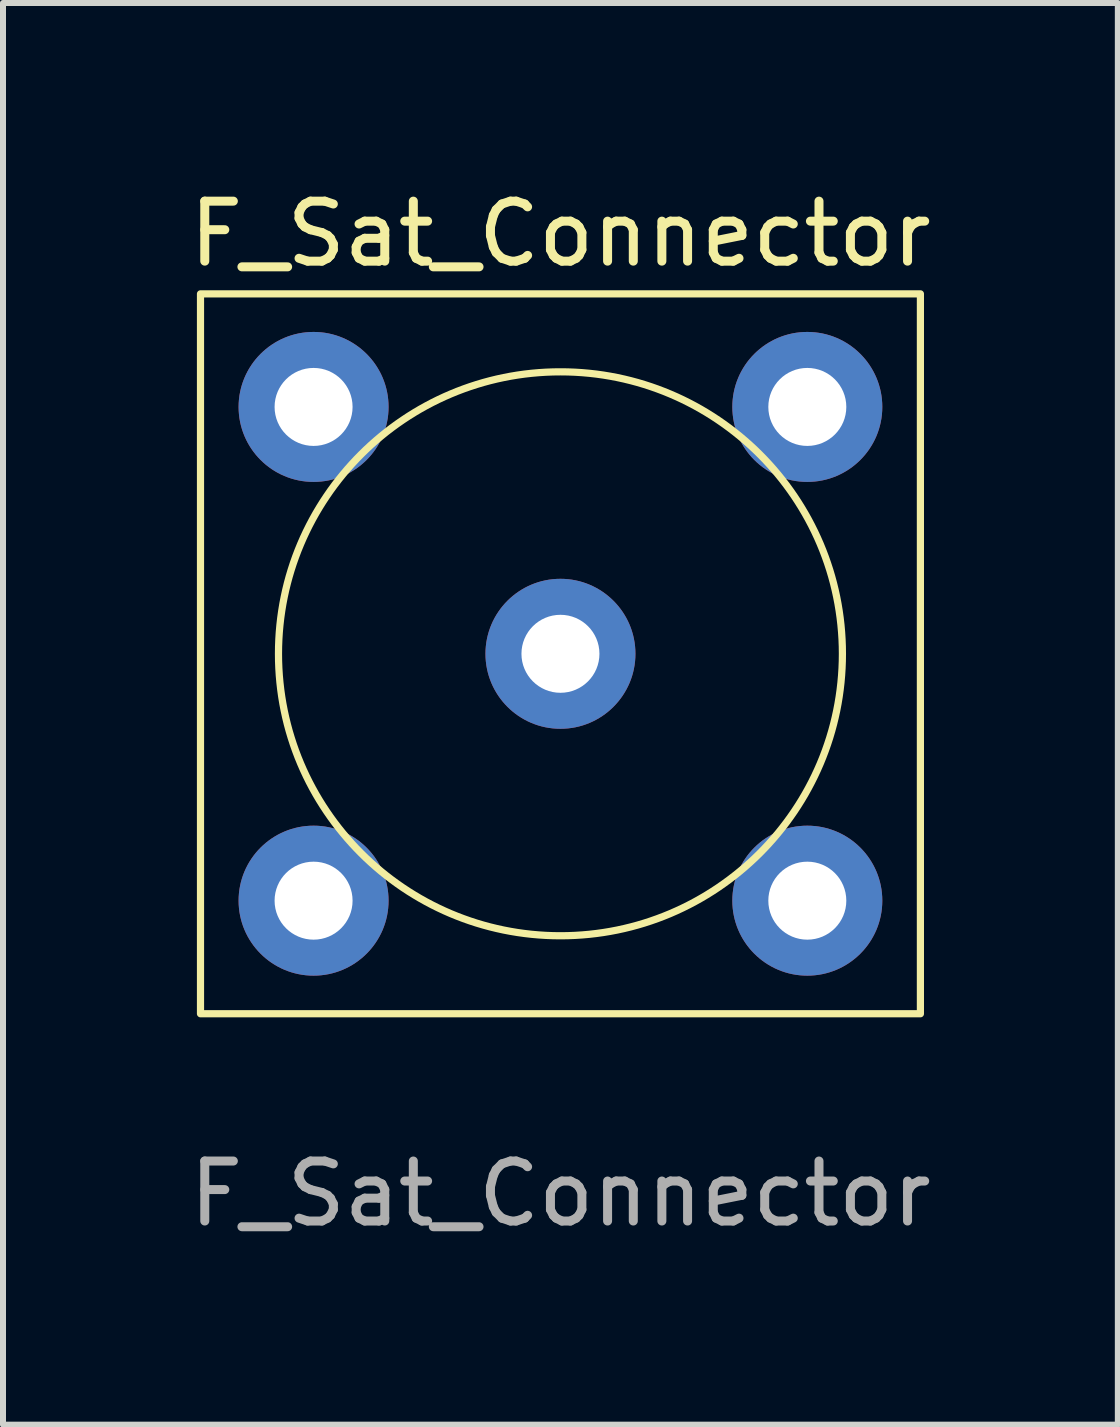
<source format=kicad_pcb>
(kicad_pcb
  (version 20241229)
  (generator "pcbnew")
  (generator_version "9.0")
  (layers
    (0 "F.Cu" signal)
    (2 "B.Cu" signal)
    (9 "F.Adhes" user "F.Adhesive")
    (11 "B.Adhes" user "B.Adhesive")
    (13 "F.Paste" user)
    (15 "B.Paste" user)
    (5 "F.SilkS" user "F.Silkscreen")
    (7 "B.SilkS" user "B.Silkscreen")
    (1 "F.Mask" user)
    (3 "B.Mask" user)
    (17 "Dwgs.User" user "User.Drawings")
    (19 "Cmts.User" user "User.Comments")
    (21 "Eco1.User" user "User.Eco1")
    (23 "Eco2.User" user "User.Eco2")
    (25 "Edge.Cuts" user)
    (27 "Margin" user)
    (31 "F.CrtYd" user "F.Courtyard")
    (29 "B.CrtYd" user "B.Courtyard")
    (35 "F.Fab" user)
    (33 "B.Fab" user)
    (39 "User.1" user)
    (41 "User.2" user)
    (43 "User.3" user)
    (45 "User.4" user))
  (footprint "F_Sat_Connector"
    (layer "F.Cu")
    (at 6.292 7.848)
    (property "Reference" "F_Sat_Connector" (at 0 -7 0) (unlocked yes) (layer "F.SilkS") (effects (font (size 1 1) (thickness 0.15))))
    (attr through_hole)
    (fp_rect (start -6 -6) (end 6 6) (stroke (width 0.12) (type solid)) (fill no) (layer "F.SilkS"))
    (fp_circle (center 0 0) (end 4.7 0) (stroke (width 0.12) (type solid)) (fill no) (layer "F.SilkS"))
    (fp_text user "${REFERENCE}" (at 0 9 0) (unlocked yes) (layer "F.Fab") (effects (font (size 1 1) (thickness 0.15))))
    (pad "1" thru_hole circle (at 0 0) (size 2.5 2.5) (drill 1.3) (layers "*.Cu" "*.Mask"))
    (pad "2" thru_hole circle (at -4.115 -4.115) (size 2.5 2.5) (drill 1.3) (layers "*.Cu" "*.Mask"))
    (pad "2" thru_hole circle (at -4.115 4.115) (size 2.5 2.5) (drill 1.3) (layers "*.Cu" "*.Mask"))
    (pad "2" thru_hole circle (at 4.115 -4.115) (size 2.5 2.5) (drill 1.3) (layers "*.Cu" "*.Mask"))
    (pad "2" thru_hole circle (at 4.115 4.115) (size 2.5 2.5) (drill 1.3) (layers "*.Cu" "*.Mask")))
  (gr_rect
    (start -3 -3)
    (end 15.583 20.697)
    (stroke (width 0.1) (type default))
    (fill no)
    (layer "Edge.Cuts")))
</source>
